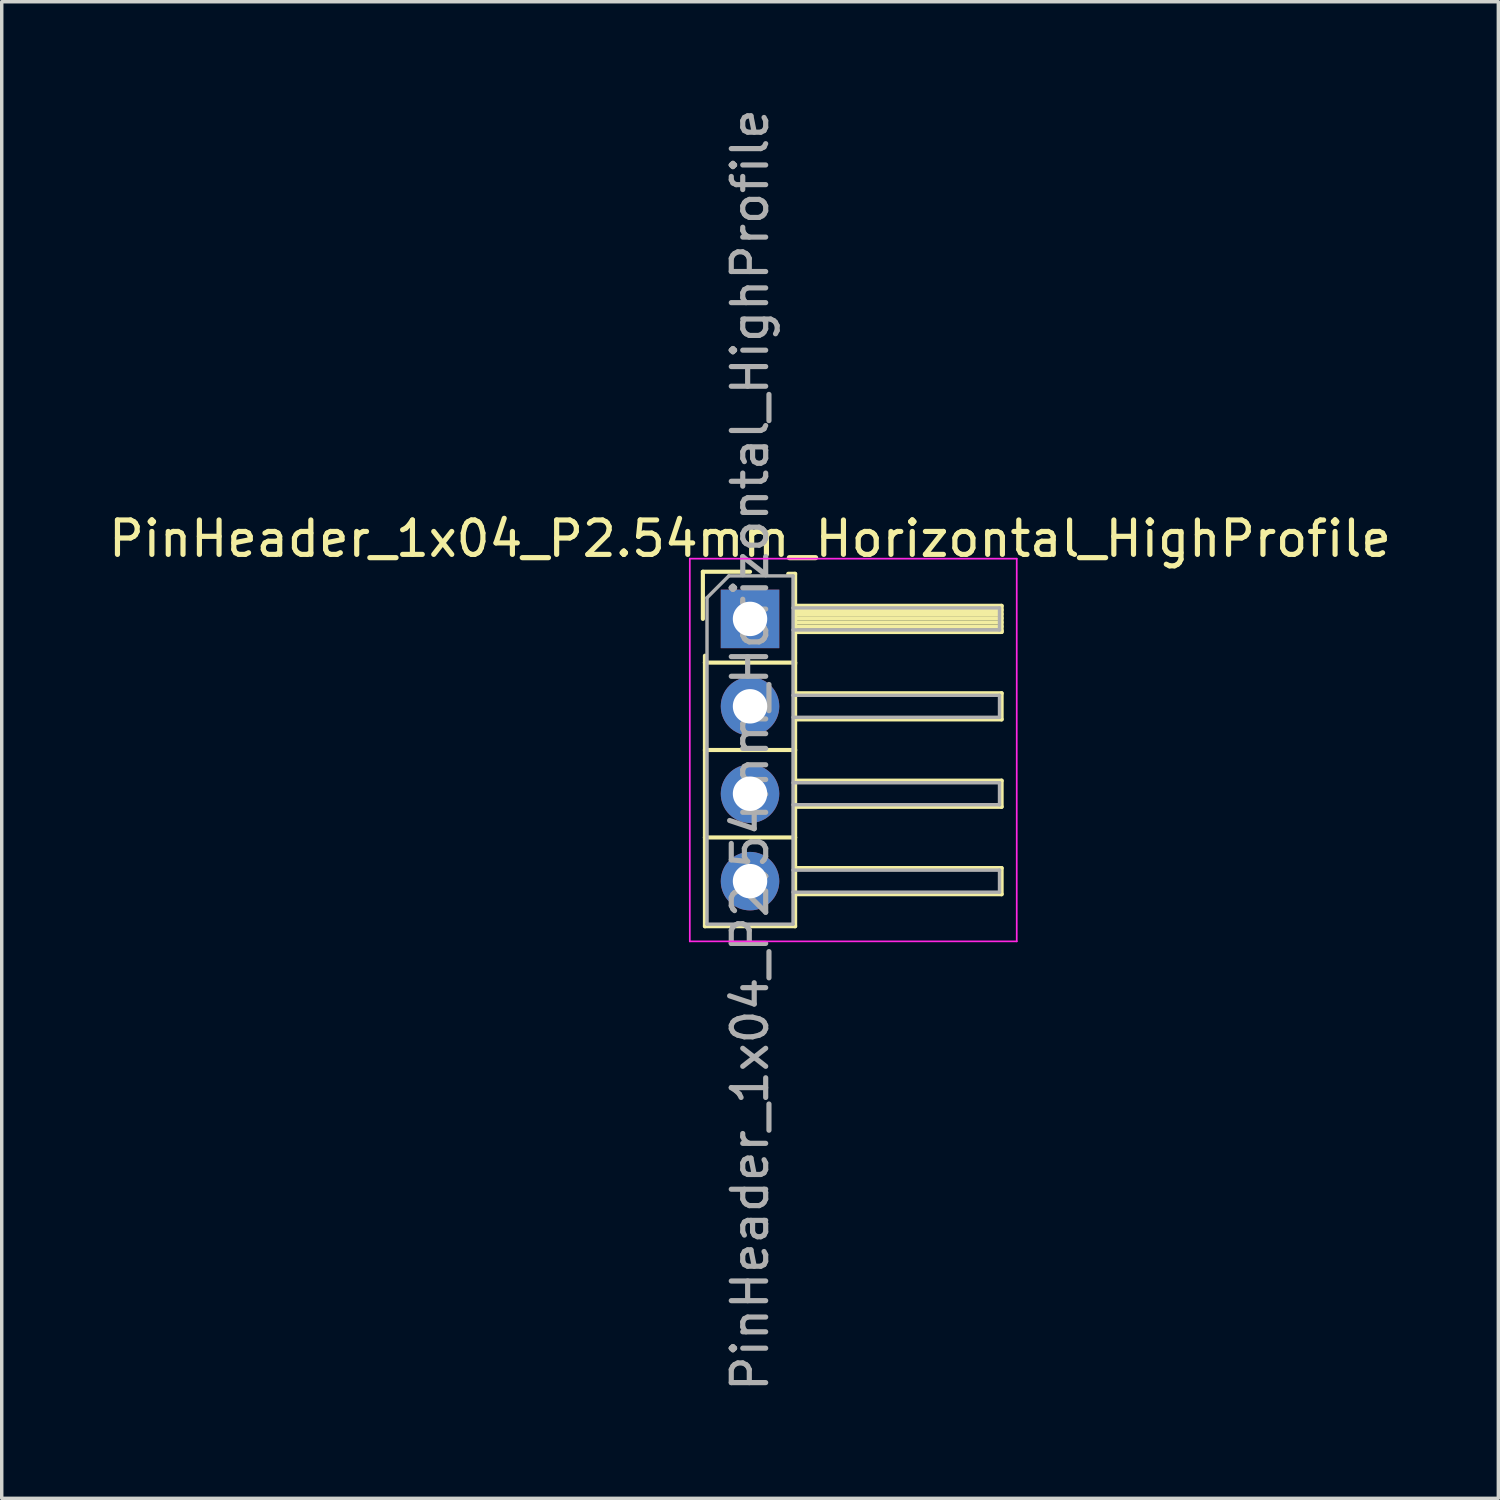
<source format=kicad_pcb>
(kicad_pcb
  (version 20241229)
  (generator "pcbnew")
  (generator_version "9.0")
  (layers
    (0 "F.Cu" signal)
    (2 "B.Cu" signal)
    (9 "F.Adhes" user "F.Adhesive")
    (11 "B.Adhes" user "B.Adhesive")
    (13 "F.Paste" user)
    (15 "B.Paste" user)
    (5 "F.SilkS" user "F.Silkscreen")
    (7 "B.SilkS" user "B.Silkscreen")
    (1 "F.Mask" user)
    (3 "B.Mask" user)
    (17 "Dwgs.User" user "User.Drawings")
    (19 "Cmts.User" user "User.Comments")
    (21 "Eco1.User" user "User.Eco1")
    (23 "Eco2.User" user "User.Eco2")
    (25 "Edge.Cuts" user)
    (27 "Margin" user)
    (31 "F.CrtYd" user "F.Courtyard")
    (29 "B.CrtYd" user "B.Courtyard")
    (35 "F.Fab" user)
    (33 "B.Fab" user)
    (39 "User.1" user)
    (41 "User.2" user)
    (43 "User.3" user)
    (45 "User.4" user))
  (footprint "PinHeader_1x04_P2.54mm_Horizontal_HighProfile"
    (layer "F.Cu")
    (at 18.744 14.934)
    (property "Reference" "PinHeader_1x04_P2.54mm_Horizontal_HighProfile" (at 0 -2.33 0) (layer "F.SilkS") (effects (font (size 1 1) (thickness 0.15))))
    (attr through_hole)
    (fp_line (start -1.37 -1.37) (end -1.37 0) (stroke (width 0.12) (type solid)) (layer "F.SilkS"))
    (fp_line (start -1.37 -1.37) (end 0 -1.37) (stroke (width 0.12) (type solid)) (layer "F.SilkS"))
    (fp_line (start -1.31 1.27) (end -1.31 1.07) (stroke (width 0.12) (type solid)) (layer "F.SilkS"))
    (fp_line (start -1.31 1.27) (end -1.31 3.81) (stroke (width 0.12) (type solid)) (layer "F.SilkS"))
    (fp_line (start -1.31 1.27) (end 1.31 1.27) (stroke (width 0.12) (type solid)) (layer "F.SilkS"))
    (fp_line (start -1.31 3.81) (end -1.31 6.35) (stroke (width 0.12) (type solid)) (layer "F.SilkS"))
    (fp_line (start -1.31 3.81) (end 1.31 3.81) (stroke (width 0.12) (type solid)) (layer "F.SilkS"))
    (fp_line (start -1.31 6.35) (end -1.31 8.93) (stroke (width 0.12) (type solid)) (layer "F.SilkS"))
    (fp_line (start -1.31 6.35) (end 1.31 6.35) (stroke (width 0.12) (type solid)) (layer "F.SilkS"))
    (fp_line (start -1.31 8.93) (end 1.31 8.93) (stroke (width 0.12) (type solid)) (layer "F.SilkS"))
    (fp_line (start 1.11 -1.31) (end 1.31 -1.31) (stroke (width 0.12) (type solid)) (layer "F.SilkS"))
    (fp_line (start 1.31 -1.31) (end 1.31 1.31) (stroke (width 0.12) (type solid)) (layer "F.SilkS"))
    (fp_line (start 1.31 -0.38) (end 7.31 -0.38) (stroke (width 0.12) (type solid)) (layer "F.SilkS"))
    (fp_line (start 1.31 -0.26) (end 7.31 -0.26) (stroke (width 0.12) (type solid)) (layer "F.SilkS"))
    (fp_line (start 1.31 -0.14) (end 7.31 -0.14) (stroke (width 0.12) (type solid)) (layer "F.SilkS"))
    (fp_line (start 1.31 -0.02) (end 7.31 -0.02) (stroke (width 0.12) (type solid)) (layer "F.SilkS"))
    (fp_line (start 1.31 0.1) (end 7.31 0.1) (stroke (width 0.12) (type solid)) (layer "F.SilkS"))
    (fp_line (start 1.31 0.22) (end 7.31 0.22) (stroke (width 0.12) (type solid)) (layer "F.SilkS"))
    (fp_line (start 1.31 0.34) (end 7.31 0.34) (stroke (width 0.12) (type solid)) (layer "F.SilkS"))
    (fp_line (start 1.31 0.38) (end 7.31 0.38) (stroke (width 0.12) (type solid)) (layer "F.SilkS"))
    (fp_line (start 1.31 1.27) (end 1.31 3.81) (stroke (width 0.12) (type solid)) (layer "F.SilkS"))
    (fp_line (start 1.31 2.16) (end 7.31 2.16) (stroke (width 0.12) (type solid)) (layer "F.SilkS"))
    (fp_line (start 1.31 2.92) (end 7.31 2.92) (stroke (width 0.12) (type solid)) (layer "F.SilkS"))
    (fp_line (start 1.31 3.81) (end 1.31 6.35) (stroke (width 0.12) (type solid)) (layer "F.SilkS"))
    (fp_line (start 1.31 4.7) (end 7.31 4.7) (stroke (width 0.12) (type solid)) (layer "F.SilkS"))
    (fp_line (start 1.31 5.46) (end 7.31 5.46) (stroke (width 0.12) (type solid)) (layer "F.SilkS"))
    (fp_line (start 1.31 6.35) (end 1.31 8.93) (stroke (width 0.12) (type solid)) (layer "F.SilkS"))
    (fp_line (start 1.31 7.24) (end 7.31 7.24) (stroke (width 0.12) (type solid)) (layer "F.SilkS"))
    (fp_line (start 1.31 8) (end 7.31 8) (stroke (width 0.12) (type solid)) (layer "F.SilkS"))
    (fp_line (start 7.31 -0.38) (end 7.31 0.38) (stroke (width 0.12) (type solid)) (layer "F.SilkS"))
    (fp_line (start 7.31 2.16) (end 7.31 2.92) (stroke (width 0.12) (type solid)) (layer "F.SilkS"))
    (fp_line (start 7.31 4.7) (end 7.31 5.46) (stroke (width 0.12) (type solid)) (layer "F.SilkS"))
    (fp_line (start 7.31 7.24) (end 7.31 8) (stroke (width 0.12) (type solid)) (layer "F.SilkS"))
    (fp_line (start -1.75 -1.75) (end -1.75 9.37) (stroke (width 0.05) (type solid)) (layer "F.CrtYd"))
    (fp_line (start -1.75 -1.75) (end 7.75 -1.75) (stroke (width 0.05) (type solid)) (layer "F.CrtYd"))
    (fp_line (start -1.75 9.37) (end 7.75 9.37) (stroke (width 0.05) (type solid)) (layer "F.CrtYd"))
    (fp_line (start 7.75 -1.75) (end 7.75 9.37) (stroke (width 0.05) (type solid)) (layer "F.CrtYd"))
    (fp_line (start -1.25 -0.615) (end -1.25 8.87) (stroke (width 0.1) (type solid)) (layer "F.Fab"))
    (fp_line (start -1.25 -0.615) (end -0.615 -1.25) (stroke (width 0.1) (type solid)) (layer "F.Fab"))
    (fp_line (start -1.25 8.87) (end 1.25 8.87) (stroke (width 0.1) (type solid)) (layer "F.Fab"))
    (fp_line (start -0.615 -1.25) (end 1.25 -1.25) (stroke (width 0.1) (type solid)) (layer "F.Fab"))
    (fp_line (start 1.25 -1.25) (end 1.25 8.87) (stroke (width 0.1) (type solid)) (layer "F.Fab"))
    (fp_line (start 1.25 -0.32) (end 7.25 -0.32) (stroke (width 0.1) (type solid)) (layer "F.Fab"))
    (fp_line (start 1.25 0.32) (end 7.25 0.32) (stroke (width 0.1) (type solid)) (layer "F.Fab"))
    (fp_line (start 1.25 2.22) (end 7.25 2.22) (stroke (width 0.1) (type solid)) (layer "F.Fab"))
    (fp_line (start 1.25 2.86) (end 7.25 2.86) (stroke (width 0.1) (type solid)) (layer "F.Fab"))
    (fp_line (start 1.25 4.76) (end 7.25 4.76) (stroke (width 0.1) (type solid)) (layer "F.Fab"))
    (fp_line (start 1.25 5.4) (end 7.25 5.4) (stroke (width 0.1) (type solid)) (layer "F.Fab"))
    (fp_line (start 1.25 7.3) (end 7.25 7.3) (stroke (width 0.1) (type solid)) (layer "F.Fab"))
    (fp_line (start 1.25 7.94) (end 7.25 7.94) (stroke (width 0.1) (type solid)) (layer "F.Fab"))
    (fp_line (start 7.25 -0.32) (end 7.25 0.32) (stroke (width 0.1) (type solid)) (layer "F.Fab"))
    (fp_line (start 7.25 2.22) (end 7.25 2.86) (stroke (width 0.1) (type solid)) (layer "F.Fab"))
    (fp_line (start 7.25 4.76) (end 7.25 5.4) (stroke (width 0.1) (type solid)) (layer "F.Fab"))
    (fp_line (start 7.25 7.3) (end 7.25 7.94) (stroke (width 0.1) (type solid)) (layer "F.Fab"))
    (fp_text user "${REFERENCE}" (at 0 3.81 90) (layer "F.Fab") (effects (font (size 1 1) (thickness 0.15))))
    (pad "1" thru_hole rect (at 0 0) (size 1.7 1.7) (drill 1) (layers "*.Cu" "*.Mask"))
    (pad "2" thru_hole oval (at 0 2.54) (size 1.7 1.7) (drill 1) (layers "*.Cu" "*.Mask"))
    (pad "3" thru_hole oval (at 0 5.08) (size 1.7 1.7) (drill 1) (layers "*.Cu" "*.Mask"))
    (pad "4" thru_hole oval (at 0 7.62) (size 1.7 1.7) (drill 1) (layers "*.Cu" "*.Mask")))
  (gr_rect
    (start -3 -3)
    (end 40.488 40.488)
    (stroke (width 0.1) (type default))
    (fill no)
    (layer "Edge.Cuts")))
</source>
